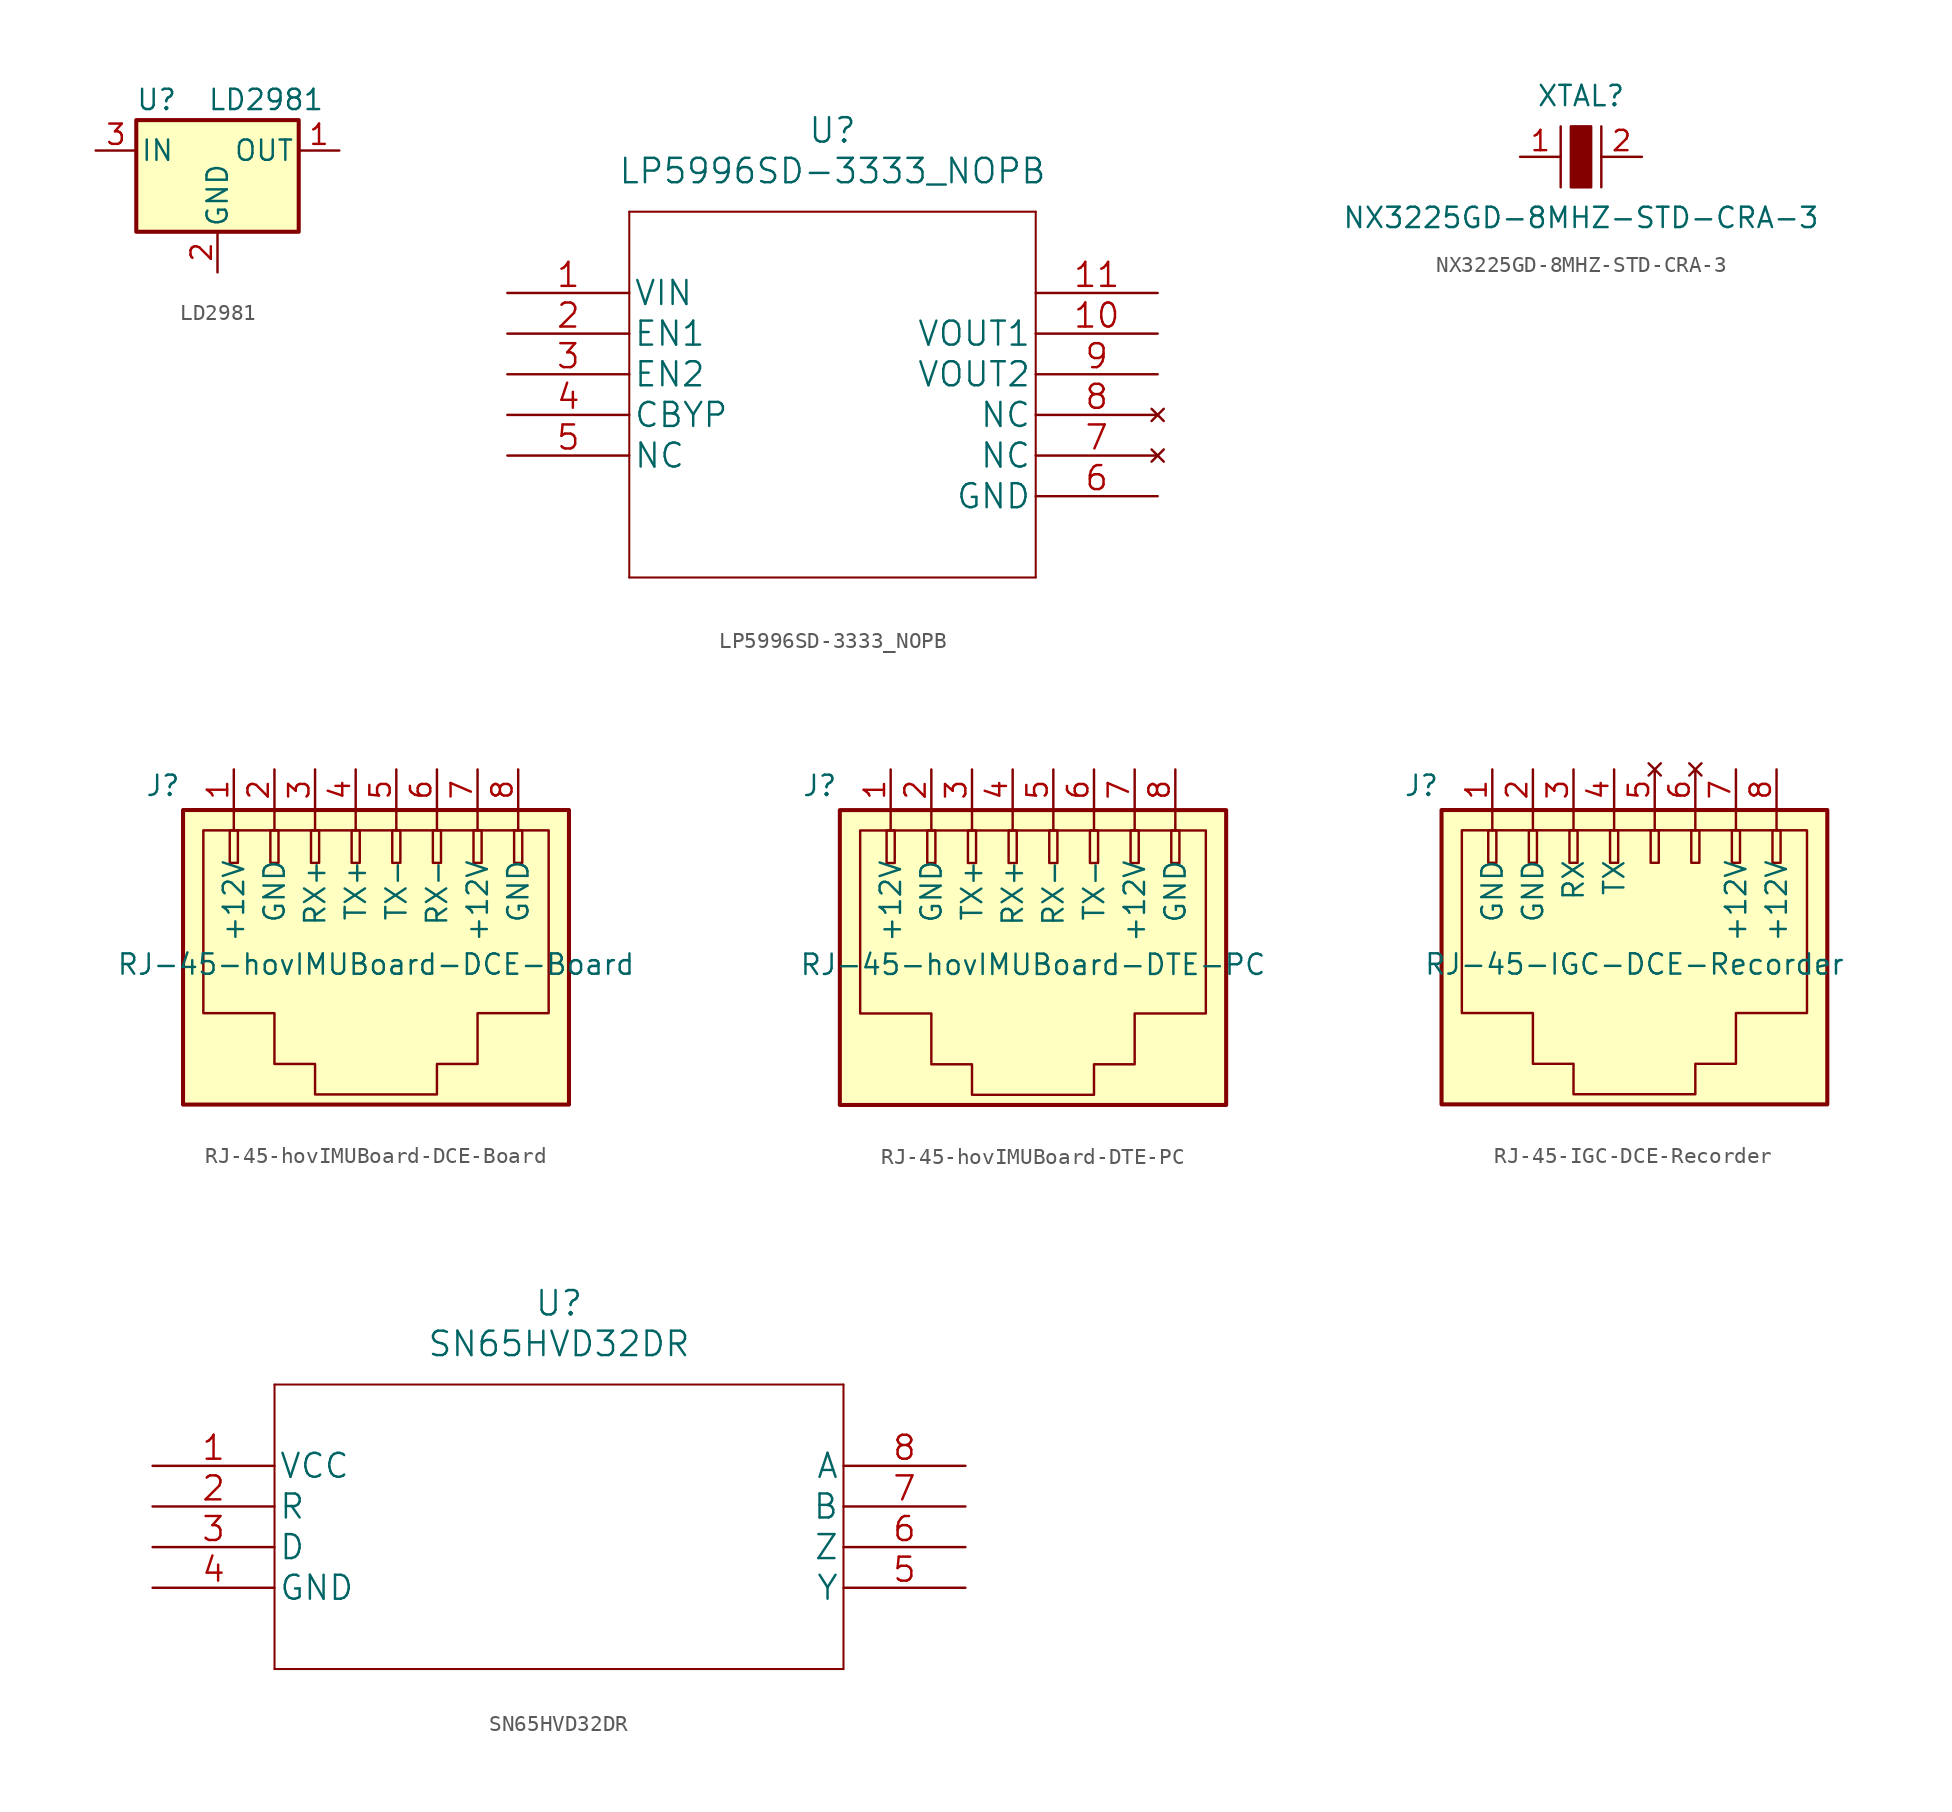
<source format=kicad_sym>
(kicad_symbol_lib
  (version 20211014)
  (generator kicad_symbol_editor)
  (symbol "LD2981"
    (pin_names
      (offset 0.254))
    (property "Reference" "U"
      (at -3.81 3.175 0)
      (effects (font (size 1.27 1.27))))
    (property "Value" "LD2981"
      (at -0.635 3.175 0)
      (effects (font (size 1.27 1.27)) (justify left)))
    (symbol "LD2981_0_1"
      (rectangle (start -5.08 1.905) (end 5.08 -5.08) (stroke (width 0.254) (type default) (color 0 0 0 0)) (fill (type background))))
    (symbol "LD2981_1_1"
      (pin power_out line (at 7.62 0 180) (length 2.54) (name "OUT" (effects (font (size 1.27 1.27)))) (number "1" (effects (font (size 1.27 1.27)))))
      (pin power_in line (at 0 -7.62 90) (length 2.54) (name "GND" (effects (font (size 1.27 1.27)))) (number "2" (effects (font (size 1.27 1.27)))))
      (pin power_in line (at -7.62 0 0) (length 2.54) (name "IN" (effects (font (size 1.27 1.27)))) (number "3" (effects (font (size 1.27 1.27)))))))
  (symbol "LP5996SD-3333_NOPB"
    (pin_names
      (offset 0.254))
    (property "Reference" "U"
      (at 20.32 10.16 0)
      (effects (font (size 1.524 1.524))))
    (property "Value" "LP5996SD-3333_NOPB"
      (at 20.32 7.62 0)
      (effects (font (size 1.524 1.524))))
    (symbol "LP5996SD-3333_NOPB_1_0"
      (polyline (pts (xy 7.62 -17.78) (xy 33.02 -17.78)) (stroke (width 0.127) (type default) (color 0 0 0 0)) (fill (type none)))
      (polyline (pts (xy 7.62 5.08) (xy 7.62 -17.78)) (stroke (width 0.127) (type default) (color 0 0 0 0)) (fill (type none)))
      (polyline (pts (xy 33.02 -17.78) (xy 33.02 5.08)) (stroke (width 0.127) (type default) (color 0 0 0 0)) (fill (type none)))
      (polyline (pts (xy 33.02 5.08) (xy 7.62 5.08)) (stroke (width 0.127) (type default) (color 0 0 0 0)) (fill (type none)))
      (pin input line (at 0 0 0) (length 7.62) (name "VIN" (effects (font (size 1.499 1.499)))) (number "1" (effects (font (size 1.499 1.499)))))
      (pin output line (at 40.64 -2.54 180) (length 7.62) (name "VOUT1" (effects (font (size 1.499 1.499)))) (number "10" (effects (font (size 1.499 1.499)))))
      (pin power_in line (at 40.64 0 180) (length 7.62) (name "~" (effects (font (size 1.499 1.499)))) (number "11" (effects (font (size 1.499 1.499)))))
      (pin passive line (at 0 -2.54 0) (length 7.62) (name "EN1" (effects (font (size 1.499 1.499)))) (number "2" (effects (font (size 1.499 1.499)))))
      (pin passive line (at 0 -5.08 0) (length 7.62) (name "EN2" (effects (font (size 1.499 1.499)))) (number "3" (effects (font (size 1.499 1.499)))))
      (pin passive line (at 0 -7.62 0) (length 7.62) (name "CBYP" (effects (font (size 1.499 1.499)))) (number "4" (effects (font (size 1.499 1.499)))))
      (pin passive line (at 0 -10.16 0) (length 7.62) (name "NC" (effects (font (size 1.499 1.499)))) (number "5" (effects (font (size 1.499 1.499)))))
      (pin power_in line (at 40.64 -12.7 180) (length 7.62) (name "GND" (effects (font (size 1.499 1.499)))) (number "6" (effects (font (size 1.499 1.499)))))
      (pin no_connect line (at 40.64 -10.16 180) (length 7.62) (name "NC" (effects (font (size 1.499 1.499)))) (number "7" (effects (font (size 1.499 1.499)))))
      (pin no_connect line (at 40.64 -7.62 180) (length 7.62) (name "NC" (effects (font (size 1.499 1.499)))) (number "8" (effects (font (size 1.499 1.499)))))
      (pin output line (at 40.64 -5.08 180) (length 7.62) (name "VOUT2" (effects (font (size 1.499 1.499)))) (number "9" (effects (font (size 1.499 1.499)))))))
  (symbol "NX3225GD-8MHZ-STD-CRA-3"
    (pin_names
      (offset 1.016))
    (property "Reference" "XTAL"
      (at 0 3.81 0)
      (effects (font (size 1.27 1.27))))
    (property "Value" "NX3225GD-8MHZ-STD-CRA-3"
      (at 0 -3.81 0)
      (effects (font (size 1.27 1.27))))
    (symbol "NX3225GD-8MHZ-STD-CRA-3_1_1"
      (rectangle (start -0.635 1.905) (end 0.635 -1.905) (stroke (width 0) (type default) (color 0 0 0 0)) (fill (type outline)))
      (polyline (pts (xy -1.27 1.905) (xy -1.27 -1.905)) (stroke (width 0) (type default) (color 0 0 0 0)) (fill (type none)))
      (polyline (pts (xy 1.27 1.905) (xy 1.27 -1.905)) (stroke (width 0) (type default) (color 0 0 0 0)) (fill (type none)))
      (pin bidirectional line (at -3.81 0 0) (length 2.54) (name "~" (effects (font (size 1.27 1.27)))) (number "1" (effects (font (size 1.27 1.27)))))
      (pin bidirectional line (at 3.81 0 180) (length 2.54) (name "~" (effects (font (size 1.27 1.27)))) (number "2" (effects (font (size 1.27 1.27)))))))
  (symbol "RJ-45-hovIMUBoard-DCE-Board"
    (pin_names
      (offset 3.048))
    (property "Reference" "J"
      (at -10.922 9.144 0)
      (effects (font (size 1.27 1.27)) (justify right)))
    (property "Value" "RJ-45-hovIMUBoard-DCE-Board"
      (at 1.27 -2.032 0)
      (effects (font (size 1.27 1.27))))
    (symbol "RJ-45-hovIMUBoard-DCE-Board_0_1"
      (rectangle (start -10.795 7.62) (end 13.335 -10.795) (stroke (width 0.254) (type default) (color 0 0 0 0)) (fill (type background)))
      (rectangle (start -7.874 6.35) (end -7.366 4.318) (stroke (width 0) (type default) (color 0 0 0 0)) (fill (type none)))
      (rectangle (start -5.334 6.35) (end -4.826 4.318) (stroke (width 0) (type default) (color 0 0 0 0)) (fill (type none)))
      (rectangle (start -2.794 6.35) (end -2.286 4.318) (stroke (width 0) (type default) (color 0 0 0 0)) (fill (type none)))
      (rectangle (start -0.254 6.35) (end 0.254 4.318) (stroke (width 0) (type default) (color 0 0 0 0)) (fill (type none)))
      (polyline (pts (xy -7.62 7.62) (xy -7.62 6.35)) (stroke (width 0) (type default) (color 0 0 0 0)) (fill (type none)))
      (polyline (pts (xy -5.08 7.62) (xy -5.08 6.35)) (stroke (width 0) (type default) (color 0 0 0 0)) (fill (type none)))
      (polyline (pts (xy -2.54 7.62) (xy -2.54 6.35)) (stroke (width 0) (type default) (color 0 0 0 0)) (fill (type none)))
      (polyline (pts (xy 0 7.62) (xy 0 6.35)) (stroke (width 0) (type default) (color 0 0 0 0)) (fill (type none)))
      (polyline (pts (xy 2.54 7.62) (xy 2.54 6.35)) (stroke (width 0) (type default) (color 0 0 0 0)) (fill (type none)))
      (polyline (pts (xy 5.08 7.62) (xy 5.08 6.35)) (stroke (width 0) (type default) (color 0 0 0 0)) (fill (type none)))
      (polyline (pts (xy 7.62 7.62) (xy 7.62 6.35)) (stroke (width 0) (type default) (color 0 0 0 0)) (fill (type none)))
      (polyline (pts (xy 10.16 7.62) (xy 10.16 6.35)) (stroke (width 0) (type default) (color 0 0 0 0)) (fill (type none)))
      (polyline (pts (xy -9.525 6.35) (xy 12.065 6.35) (xy 12.065 -5.08) (xy 7.62 -5.08) (xy 7.62 -8.255) (xy 5.08 -8.255) (xy 5.08 -10.16) (xy -2.54 -10.16) (xy -2.54 -8.255) (xy -5.08 -8.255) (xy -5.08 -5.08) (xy -9.525 -5.08) (xy -9.525 6.35)) (stroke (width 0) (type default) (color 0 0 0 0)) (fill (type none)))
      (rectangle (start 2.286 6.35) (end 2.794 4.318) (stroke (width 0) (type default) (color 0 0 0 0)) (fill (type none)))
      (rectangle (start 4.826 6.35) (end 5.334 4.318) (stroke (width 0) (type default) (color 0 0 0 0)) (fill (type none)))
      (rectangle (start 7.366 6.35) (end 7.874 4.318) (stroke (width 0) (type default) (color 0 0 0 0)) (fill (type none)))
      (rectangle (start 9.906 6.35) (end 10.414 4.318) (stroke (width 0) (type default) (color 0 0 0 0)) (fill (type none))))
    (symbol "RJ-45-hovIMUBoard-DCE-Board_1_1"
      (pin passive line (at -7.62 10.16 270) (length 2.54) (name "+12V" (effects (font (size 1.27 1.27)))) (number "1" (effects (font (size 1.27 1.27)))))
      (pin power_out line (at -5.08 10.16 270) (length 2.54) (name "GND" (effects (font (size 1.27 1.27)))) (number "2" (effects (font (size 1.27 1.27)))))
      (pin output line (at -2.54 10.16 270) (length 2.54) (name "RX+" (effects (font (size 1.27 1.27)))) (number "3" (effects (font (size 1.27 1.27)))))
      (pin input line (at 0 10.16 270) (length 2.54) (name "TX+" (effects (font (size 1.27 1.27)))) (number "4" (effects (font (size 1.27 1.27)))))
      (pin input line (at 2.54 10.16 270) (length 2.54) (name "TX-" (effects (font (size 1.27 1.27)))) (number "5" (effects (font (size 1.27 1.27)))))
      (pin output line (at 5.08 10.16 270) (length 2.54) (name "RX-" (effects (font (size 1.27 1.27)))) (number "6" (effects (font (size 1.27 1.27)))))
      (pin power_out line (at 7.62 10.16 270) (length 2.54) (name "+12V" (effects (font (size 1.27 1.27)))) (number "7" (effects (font (size 1.27 1.27)))))
      (pin passive line (at 10.16 10.16 270) (length 2.54) (name "GND" (effects (font (size 1.27 1.27)))) (number "8" (effects (font (size 1.27 1.27)))))))
  (symbol "RJ-45-hovIMUBoard-DTE-PC"
    (pin_names
      (offset 3.048))
    (property "Reference" "J"
      (at -10.922 9.144 0)
      (effects (font (size 1.27 1.27)) (justify right)))
    (property "Value" "RJ-45-hovIMUBoard-DTE-PC"
      (at 1.27 -2.032 0)
      (effects (font (size 1.27 1.27))))
    (symbol "RJ-45-hovIMUBoard-DTE-PC_0_1"
      (rectangle (start -10.795 7.62) (end 13.335 -10.795) (stroke (width 0.254) (type default) (color 0 0 0 0)) (fill (type background)))
      (rectangle (start -7.874 6.35) (end -7.366 4.318) (stroke (width 0) (type default) (color 0 0 0 0)) (fill (type none)))
      (rectangle (start -5.334 6.35) (end -4.826 4.318) (stroke (width 0) (type default) (color 0 0 0 0)) (fill (type none)))
      (rectangle (start -2.794 6.35) (end -2.286 4.318) (stroke (width 0) (type default) (color 0 0 0 0)) (fill (type none)))
      (rectangle (start -0.254 6.35) (end 0.254 4.318) (stroke (width 0) (type default) (color 0 0 0 0)) (fill (type none)))
      (polyline (pts (xy -7.62 7.62) (xy -7.62 6.35)) (stroke (width 0) (type default) (color 0 0 0 0)) (fill (type none)))
      (polyline (pts (xy -5.08 7.62) (xy -5.08 6.35)) (stroke (width 0) (type default) (color 0 0 0 0)) (fill (type none)))
      (polyline (pts (xy -2.54 7.62) (xy -2.54 6.35)) (stroke (width 0) (type default) (color 0 0 0 0)) (fill (type none)))
      (polyline (pts (xy 0 7.62) (xy 0 6.35)) (stroke (width 0) (type default) (color 0 0 0 0)) (fill (type none)))
      (polyline (pts (xy 2.54 7.62) (xy 2.54 6.35)) (stroke (width 0) (type default) (color 0 0 0 0)) (fill (type none)))
      (polyline (pts (xy 5.08 7.62) (xy 5.08 6.35)) (stroke (width 0) (type default) (color 0 0 0 0)) (fill (type none)))
      (polyline (pts (xy 7.62 7.62) (xy 7.62 6.35)) (stroke (width 0) (type default) (color 0 0 0 0)) (fill (type none)))
      (polyline (pts (xy 10.16 7.62) (xy 10.16 6.35)) (stroke (width 0) (type default) (color 0 0 0 0)) (fill (type none)))
      (polyline (pts (xy -9.525 6.35) (xy 12.065 6.35) (xy 12.065 -5.08) (xy 7.62 -5.08) (xy 7.62 -8.255) (xy 5.08 -8.255) (xy 5.08 -10.16) (xy -2.54 -10.16) (xy -2.54 -8.255) (xy -5.08 -8.255) (xy -5.08 -5.08) (xy -9.525 -5.08) (xy -9.525 6.35)) (stroke (width 0) (type default) (color 0 0 0 0)) (fill (type none)))
      (rectangle (start 2.286 6.35) (end 2.794 4.318) (stroke (width 0) (type default) (color 0 0 0 0)) (fill (type none)))
      (rectangle (start 4.826 6.35) (end 5.334 4.318) (stroke (width 0) (type default) (color 0 0 0 0)) (fill (type none)))
      (rectangle (start 7.366 6.35) (end 7.874 4.318) (stroke (width 0) (type default) (color 0 0 0 0)) (fill (type none)))
      (rectangle (start 9.906 6.35) (end 10.414 4.318) (stroke (width 0) (type default) (color 0 0 0 0)) (fill (type none))))
    (symbol "RJ-45-hovIMUBoard-DTE-PC_1_1"
      (pin power_in line (at -7.62 10.16 270) (length 2.54) (name "+12V" (effects (font (size 1.27 1.27)))) (number "1" (effects (font (size 1.27 1.27)))))
      (pin power_in line (at -5.08 10.16 270) (length 2.54) (name "GND" (effects (font (size 1.27 1.27)))) (number "2" (effects (font (size 1.27 1.27)))))
      (pin input line (at -2.54 10.16 270) (length 2.54) (name "TX+" (effects (font (size 1.27 1.27)))) (number "3" (effects (font (size 1.27 1.27)))))
      (pin output line (at 0 10.16 270) (length 2.54) (name "RX+" (effects (font (size 1.27 1.27)))) (number "4" (effects (font (size 1.27 1.27)))))
      (pin output line (at 2.54 10.16 270) (length 2.54) (name "RX-" (effects (font (size 1.27 1.27)))) (number "5" (effects (font (size 1.27 1.27)))))
      (pin input line (at 5.08 10.16 270) (length 2.54) (name "TX-" (effects (font (size 1.27 1.27)))) (number "6" (effects (font (size 1.27 1.27)))))
      (pin power_in line (at 7.62 10.16 270) (length 2.54) (name "+12V" (effects (font (size 1.27 1.27)))) (number "7" (effects (font (size 1.27 1.27)))))
      (pin power_in line (at 10.16 10.16 270) (length 2.54) (name "GND" (effects (font (size 1.27 1.27)))) (number "8" (effects (font (size 1.27 1.27)))))))
  (symbol "RJ-45-IGC-DCE-Recorder"
    (pin_names
      (offset 3.048))
    (property "Reference" "J"
      (at -10.922 9.144 0)
      (effects (font (size 1.27 1.27)) (justify right)))
    (property "Value" "RJ-45-IGC-DCE-Recorder"
      (at 1.27 -2.032 0)
      (effects (font (size 1.27 1.27))))
    (symbol "RJ-45-IGC-DCE-Recorder_0_1"
      (rectangle (start -10.795 7.62) (end 13.335 -10.795) (stroke (width 0.254) (type default) (color 0 0 0 0)) (fill (type background)))
      (rectangle (start -7.874 6.35) (end -7.366 4.318) (stroke (width 0) (type default) (color 0 0 0 0)) (fill (type none)))
      (rectangle (start -5.334 6.35) (end -4.826 4.318) (stroke (width 0) (type default) (color 0 0 0 0)) (fill (type none)))
      (rectangle (start -2.794 6.35) (end -2.286 4.318) (stroke (width 0) (type default) (color 0 0 0 0)) (fill (type none)))
      (rectangle (start -0.254 6.35) (end 0.254 4.318) (stroke (width 0) (type default) (color 0 0 0 0)) (fill (type none)))
      (polyline (pts (xy -7.62 7.62) (xy -7.62 6.35)) (stroke (width 0) (type default) (color 0 0 0 0)) (fill (type none)))
      (polyline (pts (xy -5.08 7.62) (xy -5.08 6.35)) (stroke (width 0) (type default) (color 0 0 0 0)) (fill (type none)))
      (polyline (pts (xy -2.54 7.62) (xy -2.54 6.35)) (stroke (width 0) (type default) (color 0 0 0 0)) (fill (type none)))
      (polyline (pts (xy 0 7.62) (xy 0 6.35)) (stroke (width 0) (type default) (color 0 0 0 0)) (fill (type none)))
      (polyline (pts (xy 2.54 7.62) (xy 2.54 6.35)) (stroke (width 0) (type default) (color 0 0 0 0)) (fill (type none)))
      (polyline (pts (xy 5.08 7.62) (xy 5.08 6.35)) (stroke (width 0) (type default) (color 0 0 0 0)) (fill (type none)))
      (polyline (pts (xy 7.62 7.62) (xy 7.62 6.35)) (stroke (width 0) (type default) (color 0 0 0 0)) (fill (type none)))
      (polyline (pts (xy 10.16 7.62) (xy 10.16 6.35)) (stroke (width 0) (type default) (color 0 0 0 0)) (fill (type none)))
      (polyline (pts (xy -9.525 6.35) (xy 12.065 6.35) (xy 12.065 -5.08) (xy 7.62 -5.08) (xy 7.62 -8.255) (xy 5.08 -8.255) (xy 5.08 -10.16) (xy -2.54 -10.16) (xy -2.54 -8.255) (xy -5.08 -8.255) (xy -5.08 -5.08) (xy -9.525 -5.08) (xy -9.525 6.35)) (stroke (width 0) (type default) (color 0 0 0 0)) (fill (type none)))
      (rectangle (start 2.286 6.35) (end 2.794 4.318) (stroke (width 0) (type default) (color 0 0 0 0)) (fill (type none)))
      (rectangle (start 4.826 6.35) (end 5.334 4.318) (stroke (width 0) (type default) (color 0 0 0 0)) (fill (type none)))
      (rectangle (start 7.366 6.35) (end 7.874 4.318) (stroke (width 0) (type default) (color 0 0 0 0)) (fill (type none)))
      (rectangle (start 9.906 6.35) (end 10.414 4.318) (stroke (width 0) (type default) (color 0 0 0 0)) (fill (type none))))
    (symbol "RJ-45-IGC-DCE-Recorder_1_1"
      (pin passive line (at -7.62 10.16 270) (length 2.54) (name "GND" (effects (font (size 1.27 1.27)))) (number "1" (effects (font (size 1.27 1.27)))))
      (pin power_out line (at -5.08 10.16 270) (length 2.54) (name "GND" (effects (font (size 1.27 1.27)))) (number "2" (effects (font (size 1.27 1.27)))))
      (pin output line (at -2.54 10.16 270) (length 2.54) (name "RX" (effects (font (size 1.27 1.27)))) (number "3" (effects (font (size 1.27 1.27)))))
      (pin input line (at 0 10.16 270) (length 2.54) (name "TX" (effects (font (size 1.27 1.27)))) (number "4" (effects (font (size 1.27 1.27)))))
      (pin no_connect line (at 2.54 10.16 270) (length 2.54) (name "~" (effects (font (size 1.27 1.27)))) (number "5" (effects (font (size 1.27 1.27)))))
      (pin no_connect line (at 5.08 10.16 270) (length 2.54) (name "~" (effects (font (size 1.27 1.27)))) (number "6" (effects (font (size 1.27 1.27)))))
      (pin power_out line (at 7.62 10.16 270) (length 2.54) (name "+12V" (effects (font (size 1.27 1.27)))) (number "7" (effects (font (size 1.27 1.27)))))
      (pin passive line (at 10.16 10.16 270) (length 2.54) (name "+12V" (effects (font (size 1.27 1.27)))) (number "8" (effects (font (size 1.27 1.27)))))))
  (symbol "SN65HVD32DR"
    (pin_names
      (offset 0.254))
    (property "Reference" "U"
      (at 25.4 10.16 0)
      (effects (font (size 1.524 1.524))))
    (property "Value" "SN65HVD32DR"
      (at 25.4 7.62 0)
      (effects (font (size 1.524 1.524))))
    (symbol "SN65HVD32DR_1_0"
      (polyline (pts (xy 7.62 -12.7) (xy 43.18 -12.7)) (stroke (width 0.127) (type default) (color 0 0 0 0)) (fill (type none)))
      (polyline (pts (xy 7.62 5.08) (xy 7.62 -12.7)) (stroke (width 0.127) (type default) (color 0 0 0 0)) (fill (type none)))
      (polyline (pts (xy 43.18 -12.7) (xy 43.18 5.08)) (stroke (width 0.127) (type default) (color 0 0 0 0)) (fill (type none)))
      (polyline (pts (xy 43.18 5.08) (xy 7.62 5.08)) (stroke (width 0.127) (type default) (color 0 0 0 0)) (fill (type none)))
      (pin power_in line (at 0 0 0) (length 7.62) (name "VCC" (effects (font (size 1.499 1.499)))) (number "1" (effects (font (size 1.499 1.499)))))
      (pin output line (at 0 -2.54 0) (length 7.62) (name "R" (effects (font (size 1.499 1.499)))) (number "2" (effects (font (size 1.499 1.499)))))
      (pin input line (at 0 -5.08 0) (length 7.62) (name "D" (effects (font (size 1.499 1.499)))) (number "3" (effects (font (size 1.499 1.499)))))
      (pin power_in line (at 0 -7.62 0) (length 7.62) (name "GND" (effects (font (size 1.499 1.499)))) (number "4" (effects (font (size 1.499 1.499)))))
      (pin output line (at 50.8 -7.62 180) (length 7.62) (name "Y" (effects (font (size 1.499 1.499)))) (number "5" (effects (font (size 1.499 1.499)))))
      (pin output line (at 50.8 -5.08 180) (length 7.62) (name "Z" (effects (font (size 1.499 1.499)))) (number "6" (effects (font (size 1.499 1.499)))))
      (pin input line (at 50.8 -2.54 180) (length 7.62) (name "B" (effects (font (size 1.499 1.499)))) (number "7" (effects (font (size 1.499 1.499)))))
      (pin input line (at 50.8 0 180) (length 7.62) (name "A" (effects (font (size 1.499 1.499)))) (number "8" (effects (font (size 1.499 1.499))))))))
</source>
